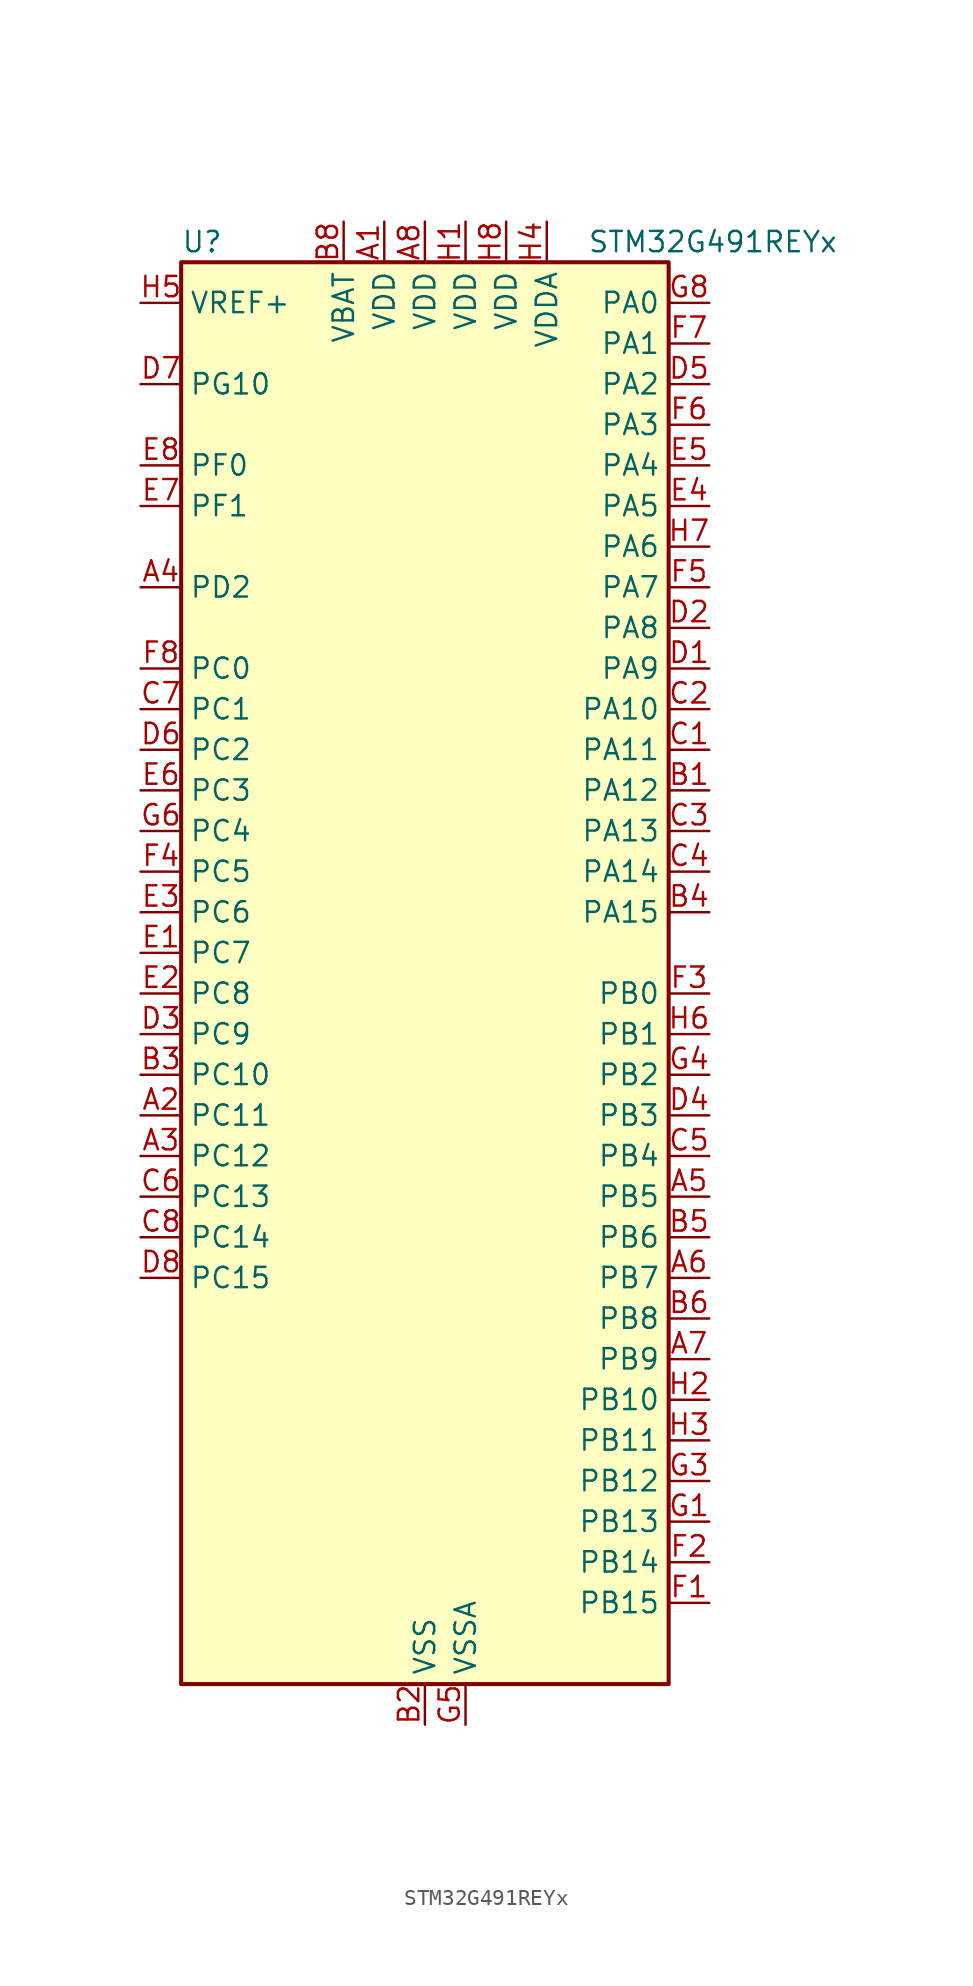
<source format=kicad_sym>
(kicad_symbol_lib
  (version 20231120)
  (generator "kicad_symbol_editor")
  (generator_version "8.0")
  (symbol "STM32G491REYx"
    (property "Reference" "U"
      (at -15.24 46.99 0)
      (effects (font (size 1.27 1.27)) (justify left)))
    (property "Value" "STM32G491REYx"
      (at 10.16 46.99 0)
      (effects (font (size 1.27 1.27)) (justify left)))
    (property "ki_locked" ""
      (at 0 0 0)
      (effects (font (size 1.27 1.27))))
    (symbol "STM32G491REYx_0_1"
      (rectangle (start -15.24 -43.18) (end 15.24 45.72) (stroke (width 0.254) (type default)) (fill (type background))))
    (symbol "STM32G491REYx_1_1"
      (pin power_in line (at -2.54 48.26 270) (length 2.54) (name "VDD" (effects (font (size 1.27 1.27)))) (number "A1" (effects (font (size 1.27 1.27)))))
      (pin bidirectional line (at -17.78 -7.62 0) (length 2.54) (name "PC11" (effects (font (size 1.27 1.27)))) (number "A2" (effects (font (size 1.27 1.27)))) (alternate "ADC1_EXTI11" bidirectional line) (alternate "ADC2_EXTI11" bidirectional line) (alternate "I2C3_SDA" bidirectional line) (alternate "SPI3_MISO" bidirectional line) (alternate "TIM8_CH2N" bidirectional line) (alternate "UART4_RX" bidirectional line) (alternate "USART3_RX" bidirectional line))
      (pin bidirectional line (at -17.78 -10.16 0) (length 2.54) (name "PC12" (effects (font (size 1.27 1.27)))) (number "A3" (effects (font (size 1.27 1.27)))) (alternate "I2S3_SD" bidirectional line) (alternate "SPI3_MOSI" bidirectional line) (alternate "TIM8_CH3N" bidirectional line) (alternate "UART5_TX" bidirectional line) (alternate "UCPD1_FRSTX1" bidirectional line) (alternate "UCPD1_FRSTX2" bidirectional line) (alternate "USART3_CK" bidirectional line))
      (pin bidirectional line (at -17.78 25.4 0) (length 2.54) (name "PD2" (effects (font (size 1.27 1.27)))) (number "A4" (effects (font (size 1.27 1.27)))) (alternate "ADC3_EXTI2" bidirectional line) (alternate "TIM3_ETR" bidirectional line) (alternate "TIM8_BKIN" bidirectional line) (alternate "UART5_RX" bidirectional line))
      (pin bidirectional line (at 17.78 -12.7 180) (length 2.54) (name "PB5" (effects (font (size 1.27 1.27)))) (number "A5" (effects (font (size 1.27 1.27)))) (alternate "FDCAN2_RX" bidirectional line) (alternate "I2C1_SMBA" bidirectional line) (alternate "I2C3_SDA" bidirectional line) (alternate "I2S3_SD" bidirectional line) (alternate "LPTIM1_IN1" bidirectional line) (alternate "SAI1_SD_B" bidirectional line) (alternate "SPI1_MOSI" bidirectional line) (alternate "SPI3_MOSI" bidirectional line) (alternate "TIM16_BKIN" bidirectional line) (alternate "TIM17_CH1" bidirectional line) (alternate "TIM3_CH2" bidirectional line) (alternate "TIM8_CH3N" bidirectional line) (alternate "UART5_CTS" bidirectional line) (alternate "USART2_CK" bidirectional line))
      (pin bidirectional line (at 17.78 -17.78 180) (length 2.54) (name "PB7" (effects (font (size 1.27 1.27)))) (number "A6" (effects (font (size 1.27 1.27)))) (alternate "COMP3_OUT" bidirectional line) (alternate "I2C1_SDA" bidirectional line) (alternate "LPTIM1_IN2" bidirectional line) (alternate "SYS_PVD_IN" bidirectional line) (alternate "TIM17_CH1N" bidirectional line) (alternate "TIM3_CH4" bidirectional line) (alternate "TIM4_CH2" bidirectional line) (alternate "TIM8_BKIN" bidirectional line) (alternate "UART4_CTS" bidirectional line) (alternate "USART1_RX" bidirectional line))
      (pin bidirectional line (at 17.78 -22.86 180) (length 2.54) (name "PB9" (effects (font (size 1.27 1.27)))) (number "A7" (effects (font (size 1.27 1.27)))) (alternate "COMP2_OUT" bidirectional line) (alternate "DAC1_EXTI9" bidirectional line) (alternate "DAC3_EXTI9" bidirectional line) (alternate "FDCAN1_TX" bidirectional line) (alternate "I2C1_SDA" bidirectional line) (alternate "IR_OUT" bidirectional line) (alternate "SAI1_D2" bidirectional line) (alternate "SAI1_FS_A" bidirectional line) (alternate "TIM17_CH1" bidirectional line) (alternate "TIM1_CH3N" bidirectional line) (alternate "TIM4_CH4" bidirectional line) (alternate "TIM8_CH3" bidirectional line) (alternate "USART3_TX" bidirectional line))
      (pin power_in line (at 0 48.26 270) (length 2.54) (name "VDD" (effects (font (size 1.27 1.27)))) (number "A8" (effects (font (size 1.27 1.27)))))
      (pin bidirectional line (at 17.78 12.7 180) (length 2.54) (name "PA12" (effects (font (size 1.27 1.27)))) (number "B1" (effects (font (size 1.27 1.27)))) (alternate "COMP2_OUT" bidirectional line) (alternate "FDCAN1_TX" bidirectional line) (alternate "I2S_CKIN" bidirectional line) (alternate "TIM16_CH1" bidirectional line) (alternate "TIM1_CH2N" bidirectional line) (alternate "TIM1_ETR" bidirectional line) (alternate "TIM4_CH2" bidirectional line) (alternate "USART1_DE" bidirectional line) (alternate "USART1_RTS" bidirectional line) (alternate "USB_DP" bidirectional line))
      (pin power_in line (at 0 -45.72 90) (length 2.54) (name "VSS" (effects (font (size 1.27 1.27)))) (number "B2" (effects (font (size 1.27 1.27)))))
      (pin bidirectional line (at -17.78 -5.08 0) (length 2.54) (name "PC10" (effects (font (size 1.27 1.27)))) (number "B3" (effects (font (size 1.27 1.27)))) (alternate "DAC1_EXTI10" bidirectional line) (alternate "DAC3_EXTI10" bidirectional line) (alternate "I2S3_CK" bidirectional line) (alternate "SPI3_SCK" bidirectional line) (alternate "TIM8_CH1N" bidirectional line) (alternate "UART4_TX" bidirectional line) (alternate "USART3_TX" bidirectional line))
      (pin bidirectional line (at 17.78 5.08 180) (length 2.54) (name "PA15" (effects (font (size 1.27 1.27)))) (number "B4" (effects (font (size 1.27 1.27)))) (alternate "ADC1_EXTI15" bidirectional line) (alternate "ADC2_EXTI15" bidirectional line) (alternate "I2C1_SCL" bidirectional line) (alternate "I2S3_WS" bidirectional line) (alternate "SPI1_NSS" bidirectional line) (alternate "SPI3_NSS" bidirectional line) (alternate "SYS_JTDI" bidirectional line) (alternate "TIM1_BKIN" bidirectional line) (alternate "TIM20_ETR" bidirectional line) (alternate "TIM2_CH1" bidirectional line) (alternate "TIM2_ETR" bidirectional line) (alternate "TIM8_CH1" bidirectional line) (alternate "UART4_DE" bidirectional line) (alternate "UART4_RTS" bidirectional line) (alternate "USART2_RX" bidirectional line))
      (pin bidirectional line (at 17.78 -15.24 180) (length 2.54) (name "PB6" (effects (font (size 1.27 1.27)))) (number "B5" (effects (font (size 1.27 1.27)))) (alternate "COMP4_OUT" bidirectional line) (alternate "FDCAN2_TX" bidirectional line) (alternate "LPTIM1_ETR" bidirectional line) (alternate "SAI1_FS_B" bidirectional line) (alternate "TIM16_CH1N" bidirectional line) (alternate "TIM4_CH1" bidirectional line) (alternate "TIM8_BKIN2" bidirectional line) (alternate "TIM8_CH1" bidirectional line) (alternate "TIM8_ETR" bidirectional line) (alternate "UCPD1_CC1" bidirectional line) (alternate "USART1_TX" bidirectional line))
      (pin bidirectional line (at 17.78 -20.32 180) (length 2.54) (name "PB8" (effects (font (size 1.27 1.27)))) (number "B6" (effects (font (size 1.27 1.27)))) (alternate "COMP1_OUT" bidirectional line) (alternate "FDCAN1_RX" bidirectional line) (alternate "I2C1_SCL" bidirectional line) (alternate "SAI1_CK1" bidirectional line) (alternate "SAI1_MCLK_A" bidirectional line) (alternate "TIM16_CH1" bidirectional line) (alternate "TIM1_BKIN" bidirectional line) (alternate "TIM4_CH3" bidirectional line) (alternate "TIM8_CH2" bidirectional line) (alternate "USART3_RX" bidirectional line))
      (pin passive line (at 0 -45.72 90) (length 2.54) hide (name "VSS" (effects (font (size 1.27 1.27)))) (number "B7" (effects (font (size 1.27 1.27)))))
      (pin power_in line (at -5.08 48.26 270) (length 2.54) (name "VBAT" (effects (font (size 1.27 1.27)))) (number "B8" (effects (font (size 1.27 1.27)))))
      (pin bidirectional line (at 17.78 15.24 180) (length 2.54) (name "PA11" (effects (font (size 1.27 1.27)))) (number "C1" (effects (font (size 1.27 1.27)))) (alternate "ADC1_EXTI11" bidirectional line) (alternate "ADC2_EXTI11" bidirectional line) (alternate "COMP1_OUT" bidirectional line) (alternate "FDCAN1_RX" bidirectional line) (alternate "I2S2_SD" bidirectional line) (alternate "SPI2_MOSI" bidirectional line) (alternate "TIM1_BKIN2" bidirectional line) (alternate "TIM1_CH1N" bidirectional line) (alternate "TIM1_CH4" bidirectional line) (alternate "TIM4_CH1" bidirectional line) (alternate "USART1_CTS" bidirectional line) (alternate "USART1_NSS" bidirectional line) (alternate "USB_DM" bidirectional line))
      (pin bidirectional line (at 17.78 17.78 180) (length 2.54) (name "PA10" (effects (font (size 1.27 1.27)))) (number "C2" (effects (font (size 1.27 1.27)))) (alternate "CRS_SYNC" bidirectional line) (alternate "DAC1_EXTI10" bidirectional line) (alternate "DAC3_EXTI10" bidirectional line) (alternate "I2C2_SMBA" bidirectional line) (alternate "SAI1_D1" bidirectional line) (alternate "SAI1_SD_A" bidirectional line) (alternate "SPI2_MISO" bidirectional line) (alternate "TIM17_BKIN" bidirectional line) (alternate "TIM1_CH3" bidirectional line) (alternate "TIM2_CH4" bidirectional line) (alternate "TIM8_BKIN" bidirectional line) (alternate "UCPD1_DBCC2" bidirectional line) (alternate "USART1_RX" bidirectional line))
      (pin bidirectional line (at 17.78 10.16 180) (length 2.54) (name "PA13" (effects (font (size 1.27 1.27)))) (number "C3" (effects (font (size 1.27 1.27)))) (alternate "I2C1_SCL" bidirectional line) (alternate "IR_OUT" bidirectional line) (alternate "SAI1_SD_B" bidirectional line) (alternate "SYS_JTMS-SWDIO" bidirectional line) (alternate "TIM16_CH1N" bidirectional line) (alternate "TIM4_CH3" bidirectional line) (alternate "USART3_CTS" bidirectional line) (alternate "USART3_NSS" bidirectional line))
      (pin bidirectional line (at 17.78 7.62 180) (length 2.54) (name "PA14" (effects (font (size 1.27 1.27)))) (number "C4" (effects (font (size 1.27 1.27)))) (alternate "I2C1_SDA" bidirectional line) (alternate "LPTIM1_OUT" bidirectional line) (alternate "SAI1_FS_B" bidirectional line) (alternate "SYS_JTCK-SWCLK" bidirectional line) (alternate "TIM1_BKIN" bidirectional line) (alternate "TIM8_CH2" bidirectional line) (alternate "USART2_TX" bidirectional line))
      (pin bidirectional line (at 17.78 -10.16 180) (length 2.54) (name "PB4" (effects (font (size 1.27 1.27)))) (number "C5" (effects (font (size 1.27 1.27)))) (alternate "SAI1_MCLK_B" bidirectional line) (alternate "SPI1_MISO" bidirectional line) (alternate "SPI3_MISO" bidirectional line) (alternate "SYS_JTRST" bidirectional line) (alternate "TIM16_CH1" bidirectional line) (alternate "TIM17_BKIN" bidirectional line) (alternate "TIM3_CH1" bidirectional line) (alternate "TIM8_CH2N" bidirectional line) (alternate "UART5_DE" bidirectional line) (alternate "UART5_RTS" bidirectional line) (alternate "UCPD1_CC2" bidirectional line) (alternate "USART2_RX" bidirectional line))
      (pin bidirectional line (at -17.78 -12.7 0) (length 2.54) (name "PC13" (effects (font (size 1.27 1.27)))) (number "C6" (effects (font (size 1.27 1.27)))) (alternate "RTC_OUT1" bidirectional line) (alternate "RTC_TAMP1" bidirectional line) (alternate "RTC_TS" bidirectional line) (alternate "SYS_WKUP2" bidirectional line) (alternate "TIM1_BKIN" bidirectional line) (alternate "TIM1_CH1N" bidirectional line) (alternate "TIM8_CH4N" bidirectional line))
      (pin bidirectional line (at -17.78 17.78 0) (length 2.54) (name "PC1" (effects (font (size 1.27 1.27)))) (number "C7" (effects (font (size 1.27 1.27)))) (alternate "ADC1_IN7" bidirectional line) (alternate "ADC2_IN7" bidirectional line) (alternate "COMP3_INP" bidirectional line) (alternate "LPTIM1_OUT" bidirectional line) (alternate "LPUART1_TX" bidirectional line) (alternate "QUADSPI1_BK2_IO0" bidirectional line) (alternate "SAI1_SD_A" bidirectional line) (alternate "TIM1_CH2" bidirectional line))
      (pin bidirectional line (at -17.78 -15.24 0) (length 2.54) (name "PC14" (effects (font (size 1.27 1.27)))) (number "C8" (effects (font (size 1.27 1.27)))) (alternate "RCC_OSC32_IN" bidirectional line))
      (pin bidirectional line (at 17.78 20.32 180) (length 2.54) (name "PA9" (effects (font (size 1.27 1.27)))) (number "D1" (effects (font (size 1.27 1.27)))) (alternate "DAC1_EXTI9" bidirectional line) (alternate "DAC3_EXTI9" bidirectional line) (alternate "I2C2_SCL" bidirectional line) (alternate "I2C3_SMBA" bidirectional line) (alternate "I2S3_MCK" bidirectional line) (alternate "SAI1_FS_A" bidirectional line) (alternate "TIM15_BKIN" bidirectional line) (alternate "TIM1_CH2" bidirectional line) (alternate "TIM2_CH3" bidirectional line) (alternate "UCPD1_DBCC1" bidirectional line) (alternate "USART1_TX" bidirectional line))
      (pin bidirectional line (at 17.78 22.86 180) (length 2.54) (name "PA8" (effects (font (size 1.27 1.27)))) (number "D2" (effects (font (size 1.27 1.27)))) (alternate "I2C2_SDA" bidirectional line) (alternate "I2C3_SCL" bidirectional line) (alternate "I2S2_MCK" bidirectional line) (alternate "RCC_MCO" bidirectional line) (alternate "SAI1_CK2" bidirectional line) (alternate "SAI1_SCK_A" bidirectional line) (alternate "TIM1_CH1" bidirectional line) (alternate "TIM4_ETR" bidirectional line) (alternate "USART1_CK" bidirectional line))
      (pin bidirectional line (at -17.78 -2.54 0) (length 2.54) (name "PC9" (effects (font (size 1.27 1.27)))) (number "D3" (effects (font (size 1.27 1.27)))) (alternate "DAC1_EXTI9" bidirectional line) (alternate "DAC3_EXTI9" bidirectional line) (alternate "I2C3_SDA" bidirectional line) (alternate "I2S_CKIN" bidirectional line) (alternate "TIM3_CH4" bidirectional line) (alternate "TIM8_BKIN2" bidirectional line) (alternate "TIM8_CH4" bidirectional line))
      (pin bidirectional line (at 17.78 -7.62 180) (length 2.54) (name "PB3" (effects (font (size 1.27 1.27)))) (number "D4" (effects (font (size 1.27 1.27)))) (alternate "ADC3_EXTI3" bidirectional line) (alternate "CRS_SYNC" bidirectional line) (alternate "I2S3_CK" bidirectional line) (alternate "SAI1_SCK_B" bidirectional line) (alternate "SPI1_SCK" bidirectional line) (alternate "SPI3_SCK" bidirectional line) (alternate "SYS_JTDO-SWO" bidirectional line) (alternate "TIM2_CH2" bidirectional line) (alternate "TIM3_ETR" bidirectional line) (alternate "TIM4_ETR" bidirectional line) (alternate "TIM8_CH1N" bidirectional line) (alternate "USART2_TX" bidirectional line))
      (pin bidirectional line (at 17.78 38.1 180) (length 2.54) (name "PA2" (effects (font (size 1.27 1.27)))) (number "D5" (effects (font (size 1.27 1.27)))) (alternate "ADC1_IN3" bidirectional line) (alternate "ADC3_EXTI2" bidirectional line) (alternate "COMP2_INM" bidirectional line) (alternate "COMP2_OUT" bidirectional line) (alternate "LPUART1_TX" bidirectional line) (alternate "OPAMP1_VOUT" bidirectional line) (alternate "QUADSPI1_BK1_NCS" bidirectional line) (alternate "RCC_LSCO" bidirectional line) (alternate "SYS_WKUP4" bidirectional line) (alternate "TIM15_CH1" bidirectional line) (alternate "TIM2_CH3" bidirectional line) (alternate "UCPD1_FRSTX1" bidirectional line) (alternate "UCPD1_FRSTX2" bidirectional line) (alternate "USART2_TX" bidirectional line))
      (pin bidirectional line (at -17.78 15.24 0) (length 2.54) (name "PC2" (effects (font (size 1.27 1.27)))) (number "D6" (effects (font (size 1.27 1.27)))) (alternate "ADC1_IN8" bidirectional line) (alternate "ADC2_IN8" bidirectional line) (alternate "ADC3_EXTI2" bidirectional line) (alternate "COMP3_OUT" bidirectional line) (alternate "LPTIM1_IN2" bidirectional line) (alternate "QUADSPI1_BK2_IO1" bidirectional line) (alternate "TIM1_CH3" bidirectional line) (alternate "TIM20_CH2" bidirectional line))
      (pin bidirectional line (at -17.78 38.1 0) (length 2.54) (name "PG10" (effects (font (size 1.27 1.27)))) (number "D7" (effects (font (size 1.27 1.27)))) (alternate "DAC1_EXTI10" bidirectional line) (alternate "DAC3_EXTI10" bidirectional line) (alternate "RCC_MCO" bidirectional line))
      (pin bidirectional line (at -17.78 -17.78 0) (length 2.54) (name "PC15" (effects (font (size 1.27 1.27)))) (number "D8" (effects (font (size 1.27 1.27)))) (alternate "ADC1_EXTI15" bidirectional line) (alternate "ADC2_EXTI15" bidirectional line) (alternate "RCC_OSC32_OUT" bidirectional line))
      (pin bidirectional line (at -17.78 2.54 0) (length 2.54) (name "PC7" (effects (font (size 1.27 1.27)))) (number "E1" (effects (font (size 1.27 1.27)))) (alternate "I2S3_MCK" bidirectional line) (alternate "TIM3_CH2" bidirectional line) (alternate "TIM8_CH2" bidirectional line))
      (pin bidirectional line (at -17.78 0 0) (length 2.54) (name "PC8" (effects (font (size 1.27 1.27)))) (number "E2" (effects (font (size 1.27 1.27)))) (alternate "I2C3_SCL" bidirectional line) (alternate "TIM20_CH3" bidirectional line) (alternate "TIM3_CH3" bidirectional line) (alternate "TIM8_CH3" bidirectional line))
      (pin bidirectional line (at -17.78 5.08 0) (length 2.54) (name "PC6" (effects (font (size 1.27 1.27)))) (number "E3" (effects (font (size 1.27 1.27)))) (alternate "I2S2_MCK" bidirectional line) (alternate "TIM3_CH1" bidirectional line) (alternate "TIM8_CH1" bidirectional line))
      (pin bidirectional line (at 17.78 30.48 180) (length 2.54) (name "PA5" (effects (font (size 1.27 1.27)))) (number "E4" (effects (font (size 1.27 1.27)))) (alternate "ADC2_IN13" bidirectional line) (alternate "COMP2_INM" bidirectional line) (alternate "DAC1_OUT2" bidirectional line) (alternate "OPAMP2_VINM" bidirectional line) (alternate "OPAMP2_VINM0" bidirectional line) (alternate "OPAMP2_VINM_SEC" bidirectional line) (alternate "SPI1_SCK" bidirectional line) (alternate "TIM2_CH1" bidirectional line) (alternate "TIM2_ETR" bidirectional line) (alternate "UCPD1_FRSTX1" bidirectional line) (alternate "UCPD1_FRSTX2" bidirectional line))
      (pin bidirectional line (at 17.78 33.02 180) (length 2.54) (name "PA4" (effects (font (size 1.27 1.27)))) (number "E5" (effects (font (size 1.27 1.27)))) (alternate "ADC2_IN17" bidirectional line) (alternate "COMP1_INM" bidirectional line) (alternate "DAC1_OUT1" bidirectional line) (alternate "I2S3_WS" bidirectional line) (alternate "SAI1_FS_B" bidirectional line) (alternate "SPI1_NSS" bidirectional line) (alternate "SPI3_NSS" bidirectional line) (alternate "TIM3_CH2" bidirectional line) (alternate "USART2_CK" bidirectional line))
      (pin bidirectional line (at -17.78 12.7 0) (length 2.54) (name "PC3" (effects (font (size 1.27 1.27)))) (number "E6" (effects (font (size 1.27 1.27)))) (alternate "ADC1_IN9" bidirectional line) (alternate "ADC2_IN9" bidirectional line) (alternate "ADC3_EXTI3" bidirectional line) (alternate "LPTIM1_ETR" bidirectional line) (alternate "QUADSPI1_BK2_IO2" bidirectional line) (alternate "SAI1_D1" bidirectional line) (alternate "SAI1_SD_A" bidirectional line) (alternate "TIM1_BKIN2" bidirectional line) (alternate "TIM1_CH4" bidirectional line))
      (pin bidirectional line (at -17.78 30.48 0) (length 2.54) (name "PF1" (effects (font (size 1.27 1.27)))) (number "E7" (effects (font (size 1.27 1.27)))) (alternate "ADC2_IN10" bidirectional line) (alternate "COMP3_INM" bidirectional line) (alternate "I2S2_CK" bidirectional line) (alternate "RCC_OSC_OUT" bidirectional line) (alternate "SPI2_SCK" bidirectional line))
      (pin bidirectional line (at -17.78 33.02 0) (length 2.54) (name "PF0" (effects (font (size 1.27 1.27)))) (number "E8" (effects (font (size 1.27 1.27)))) (alternate "ADC1_IN10" bidirectional line) (alternate "I2C2_SDA" bidirectional line) (alternate "I2S2_WS" bidirectional line) (alternate "RCC_OSC_IN" bidirectional line) (alternate "SPI2_NSS" bidirectional line) (alternate "TIM1_CH3N" bidirectional line))
      (pin bidirectional line (at 17.78 -38.1 180) (length 2.54) (name "PB15" (effects (font (size 1.27 1.27)))) (number "F1" (effects (font (size 1.27 1.27)))) (alternate "ADC1_EXTI15" bidirectional line) (alternate "ADC2_EXTI15" bidirectional line) (alternate "ADC2_IN15" bidirectional line) (alternate "COMP3_OUT" bidirectional line) (alternate "I2S2_SD" bidirectional line) (alternate "RTC_REFIN" bidirectional line) (alternate "SPI2_MOSI" bidirectional line) (alternate "TIM15_CH1N" bidirectional line) (alternate "TIM15_CH2" bidirectional line) (alternate "TIM1_CH3N" bidirectional line))
      (pin bidirectional line (at 17.78 -35.56 180) (length 2.54) (name "PB14" (effects (font (size 1.27 1.27)))) (number "F2" (effects (font (size 1.27 1.27)))) (alternate "ADC1_IN5" bidirectional line) (alternate "COMP4_OUT" bidirectional line) (alternate "OPAMP2_VINP" bidirectional line) (alternate "OPAMP2_VINP_SEC" bidirectional line) (alternate "SPI2_MISO" bidirectional line) (alternate "TIM15_CH1" bidirectional line) (alternate "TIM1_CH2N" bidirectional line) (alternate "USART3_DE" bidirectional line) (alternate "USART3_RTS" bidirectional line))
      (pin bidirectional line (at 17.78 0 180) (length 2.54) (name "PB0" (effects (font (size 1.27 1.27)))) (number "F3" (effects (font (size 1.27 1.27)))) (alternate "ADC1_IN15" bidirectional line) (alternate "ADC3_IN12" bidirectional line) (alternate "COMP4_INP" bidirectional line) (alternate "OPAMP2_VINP" bidirectional line) (alternate "OPAMP2_VINP_SEC" bidirectional line) (alternate "OPAMP3_VINP" bidirectional line) (alternate "OPAMP3_VINP_SEC" bidirectional line) (alternate "QUADSPI1_BK1_IO1" bidirectional line) (alternate "TIM1_CH2N" bidirectional line) (alternate "TIM3_CH3" bidirectional line) (alternate "TIM8_CH2N" bidirectional line) (alternate "UCPD1_FRSTX1" bidirectional line) (alternate "UCPD1_FRSTX2" bidirectional line))
      (pin bidirectional line (at -17.78 7.62 0) (length 2.54) (name "PC5" (effects (font (size 1.27 1.27)))) (number "F4" (effects (font (size 1.27 1.27)))) (alternate "ADC2_IN11" bidirectional line) (alternate "OPAMP1_VINM" bidirectional line) (alternate "OPAMP1_VINM1" bidirectional line) (alternate "OPAMP1_VINM_SEC" bidirectional line) (alternate "OPAMP2_VINM" bidirectional line) (alternate "OPAMP2_VINM1" bidirectional line) (alternate "OPAMP2_VINM_SEC" bidirectional line) (alternate "SAI1_D3" bidirectional line) (alternate "SYS_WKUP5" bidirectional line) (alternate "TIM15_BKIN" bidirectional line) (alternate "TIM1_CH4N" bidirectional line) (alternate "USART1_RX" bidirectional line))
      (pin bidirectional line (at 17.78 25.4 180) (length 2.54) (name "PA7" (effects (font (size 1.27 1.27)))) (number "F5" (effects (font (size 1.27 1.27)))) (alternate "ADC2_IN4" bidirectional line) (alternate "COMP2_INP" bidirectional line) (alternate "COMP2_OUT" bidirectional line) (alternate "OPAMP1_VINP" bidirectional line) (alternate "OPAMP1_VINP_SEC" bidirectional line) (alternate "OPAMP2_VINP" bidirectional line) (alternate "OPAMP2_VINP_SEC" bidirectional line) (alternate "QUADSPI1_BK1_IO2" bidirectional line) (alternate "SPI1_MOSI" bidirectional line) (alternate "TIM17_CH1" bidirectional line) (alternate "TIM1_CH1N" bidirectional line) (alternate "TIM3_CH2" bidirectional line) (alternate "TIM8_CH1N" bidirectional line) (alternate "UCPD1_FRSTX1" bidirectional line) (alternate "UCPD1_FRSTX2" bidirectional line))
      (pin bidirectional line (at 17.78 35.56 180) (length 2.54) (name "PA3" (effects (font (size 1.27 1.27)))) (number "F6" (effects (font (size 1.27 1.27)))) (alternate "ADC1_IN4" bidirectional line) (alternate "ADC3_EXTI3" bidirectional line) (alternate "COMP2_INP" bidirectional line) (alternate "LPUART1_RX" bidirectional line) (alternate "OPAMP1_VINM" bidirectional line) (alternate "OPAMP1_VINM0" bidirectional line) (alternate "OPAMP1_VINM_SEC" bidirectional line) (alternate "OPAMP1_VINP" bidirectional line) (alternate "OPAMP1_VINP_SEC" bidirectional line) (alternate "QUADSPI1_CLK" bidirectional line) (alternate "SAI1_CK1" bidirectional line) (alternate "SAI1_MCLK_A" bidirectional line) (alternate "TIM15_CH2" bidirectional line) (alternate "TIM2_CH4" bidirectional line) (alternate "USART2_RX" bidirectional line))
      (pin bidirectional line (at 17.78 40.64 180) (length 2.54) (name "PA1" (effects (font (size 1.27 1.27)))) (number "F7" (effects (font (size 1.27 1.27)))) (alternate "ADC1_IN2" bidirectional line) (alternate "ADC2_IN2" bidirectional line) (alternate "COMP1_INP" bidirectional line) (alternate "OPAMP1_VINP" bidirectional line) (alternate "OPAMP1_VINP_SEC" bidirectional line) (alternate "OPAMP3_VINP" bidirectional line) (alternate "OPAMP3_VINP_SEC" bidirectional line) (alternate "OPAMP6_VINM" bidirectional line) (alternate "OPAMP6_VINM0" bidirectional line) (alternate "OPAMP6_VINM_SEC" bidirectional line) (alternate "RTC_REFIN" bidirectional line) (alternate "TIM15_CH1N" bidirectional line) (alternate "TIM2_CH2" bidirectional line) (alternate "USART2_DE" bidirectional line) (alternate "USART2_RTS" bidirectional line))
      (pin bidirectional line (at -17.78 20.32 0) (length 2.54) (name "PC0" (effects (font (size 1.27 1.27)))) (number "F8" (effects (font (size 1.27 1.27)))) (alternate "ADC1_IN6" bidirectional line) (alternate "ADC2_IN6" bidirectional line) (alternate "COMP3_INM" bidirectional line) (alternate "LPTIM1_IN1" bidirectional line) (alternate "LPUART1_RX" bidirectional line) (alternate "TIM1_CH1" bidirectional line))
      (pin bidirectional line (at 17.78 -33.02 180) (length 2.54) (name "PB13" (effects (font (size 1.27 1.27)))) (number "G1" (effects (font (size 1.27 1.27)))) (alternate "ADC3_IN5" bidirectional line) (alternate "FDCAN2_TX" bidirectional line) (alternate "I2S2_CK" bidirectional line) (alternate "LPUART1_CTS" bidirectional line) (alternate "OPAMP3_VINP" bidirectional line) (alternate "OPAMP3_VINP_SEC" bidirectional line) (alternate "OPAMP6_VINP" bidirectional line) (alternate "OPAMP6_VINP_SEC" bidirectional line) (alternate "SPI2_SCK" bidirectional line) (alternate "TIM1_CH1N" bidirectional line) (alternate "USART3_CTS" bidirectional line) (alternate "USART3_NSS" bidirectional line))
      (pin passive line (at 0 -45.72 90) (length 2.54) hide (name "VSS" (effects (font (size 1.27 1.27)))) (number "G2" (effects (font (size 1.27 1.27)))))
      (pin bidirectional line (at 17.78 -30.48 180) (length 2.54) (name "PB12" (effects (font (size 1.27 1.27)))) (number "G3" (effects (font (size 1.27 1.27)))) (alternate "ADC1_IN11" bidirectional line) (alternate "FDCAN2_RX" bidirectional line) (alternate "I2C2_SMBA" bidirectional line) (alternate "I2S2_WS" bidirectional line) (alternate "LPUART1_DE" bidirectional line) (alternate "LPUART1_RTS" bidirectional line) (alternate "OPAMP6_VINP" bidirectional line) (alternate "OPAMP6_VINP_SEC" bidirectional line) (alternate "SPI2_NSS" bidirectional line) (alternate "TIM1_BKIN" bidirectional line) (alternate "USART3_CK" bidirectional line))
      (pin bidirectional line (at 17.78 -5.08 180) (length 2.54) (name "PB2" (effects (font (size 1.27 1.27)))) (number "G4" (effects (font (size 1.27 1.27)))) (alternate "ADC2_IN12" bidirectional line) (alternate "ADC3_EXTI2" bidirectional line) (alternate "COMP4_INM" bidirectional line) (alternate "I2C3_SMBA" bidirectional line) (alternate "LPTIM1_OUT" bidirectional line) (alternate "OPAMP3_VINM" bidirectional line) (alternate "OPAMP3_VINM0" bidirectional line) (alternate "OPAMP3_VINM_SEC" bidirectional line) (alternate "QUADSPI1_BK2_IO1" bidirectional line) (alternate "RTC_OUT2" bidirectional line) (alternate "TIM20_CH1" bidirectional line))
      (pin power_in line (at 2.54 -45.72 90) (length 2.54) (name "VSSA" (effects (font (size 1.27 1.27)))) (number "G5" (effects (font (size 1.27 1.27)))))
      (pin bidirectional line (at -17.78 10.16 0) (length 2.54) (name "PC4" (effects (font (size 1.27 1.27)))) (number "G6" (effects (font (size 1.27 1.27)))) (alternate "ADC2_IN5" bidirectional line) (alternate "I2C2_SCL" bidirectional line) (alternate "QUADSPI1_BK2_IO3" bidirectional line) (alternate "TIM1_ETR" bidirectional line) (alternate "USART1_TX" bidirectional line))
      (pin passive line (at 0 -45.72 90) (length 2.54) hide (name "VSS" (effects (font (size 1.27 1.27)))) (number "G7" (effects (font (size 1.27 1.27)))))
      (pin bidirectional line (at 17.78 43.18 180) (length 2.54) (name "PA0" (effects (font (size 1.27 1.27)))) (number "G8" (effects (font (size 1.27 1.27)))) (alternate "ADC1_IN1" bidirectional line) (alternate "ADC2_IN1" bidirectional line) (alternate "COMP1_INM" bidirectional line) (alternate "COMP1_OUT" bidirectional line) (alternate "COMP3_INP" bidirectional line) (alternate "RTC_TAMP2" bidirectional line) (alternate "SYS_WKUP1" bidirectional line) (alternate "TIM2_CH1" bidirectional line) (alternate "TIM2_ETR" bidirectional line) (alternate "TIM8_BKIN" bidirectional line) (alternate "TIM8_ETR" bidirectional line) (alternate "USART2_CTS" bidirectional line) (alternate "USART2_NSS" bidirectional line))
      (pin power_in line (at 2.54 48.26 270) (length 2.54) (name "VDD" (effects (font (size 1.27 1.27)))) (number "H1" (effects (font (size 1.27 1.27)))))
      (pin bidirectional line (at 17.78 -25.4 180) (length 2.54) (name "PB10" (effects (font (size 1.27 1.27)))) (number "H2" (effects (font (size 1.27 1.27)))) (alternate "DAC1_EXTI10" bidirectional line) (alternate "DAC3_EXTI10" bidirectional line) (alternate "LPUART1_RX" bidirectional line) (alternate "OPAMP3_VINM" bidirectional line) (alternate "OPAMP3_VINM1" bidirectional line) (alternate "OPAMP3_VINM_SEC" bidirectional line) (alternate "QUADSPI1_CLK" bidirectional line) (alternate "SAI1_SCK_A" bidirectional line) (alternate "TIM1_BKIN" bidirectional line) (alternate "TIM2_CH3" bidirectional line) (alternate "USART3_TX" bidirectional line))
      (pin bidirectional line (at 17.78 -27.94 180) (length 2.54) (name "PB11" (effects (font (size 1.27 1.27)))) (number "H3" (effects (font (size 1.27 1.27)))) (alternate "ADC1_EXTI11" bidirectional line) (alternate "ADC1_IN14" bidirectional line) (alternate "ADC2_EXTI11" bidirectional line) (alternate "ADC2_IN14" bidirectional line) (alternate "LPUART1_TX" bidirectional line) (alternate "OPAMP6_VOUT" bidirectional line) (alternate "QUADSPI1_BK1_NCS" bidirectional line) (alternate "TIM2_CH4" bidirectional line) (alternate "USART3_RX" bidirectional line))
      (pin power_in line (at 7.62 48.26 270) (length 2.54) (name "VDDA" (effects (font (size 1.27 1.27)))) (number "H4" (effects (font (size 1.27 1.27)))))
      (pin input line (at -17.78 43.18 0) (length 2.54) (name "VREF+" (effects (font (size 1.27 1.27)))) (number "H5" (effects (font (size 1.27 1.27)))) (alternate "VREFBUF_OUT" bidirectional line))
      (pin bidirectional line (at 17.78 -2.54 180) (length 2.54) (name "PB1" (effects (font (size 1.27 1.27)))) (number "H6" (effects (font (size 1.27 1.27)))) (alternate "ADC1_IN12" bidirectional line) (alternate "ADC3_IN1" bidirectional line) (alternate "COMP1_INP" bidirectional line) (alternate "COMP4_OUT" bidirectional line) (alternate "LPUART1_DE" bidirectional line) (alternate "LPUART1_RTS" bidirectional line) (alternate "OPAMP3_VOUT" bidirectional line) (alternate "OPAMP6_VINM" bidirectional line) (alternate "OPAMP6_VINM1" bidirectional line) (alternate "OPAMP6_VINM_SEC" bidirectional line) (alternate "QUADSPI1_BK1_IO0" bidirectional line) (alternate "TIM1_CH3N" bidirectional line) (alternate "TIM3_CH4" bidirectional line) (alternate "TIM8_CH3N" bidirectional line))
      (pin bidirectional line (at 17.78 27.94 180) (length 2.54) (name "PA6" (effects (font (size 1.27 1.27)))) (number "H7" (effects (font (size 1.27 1.27)))) (alternate "ADC2_IN3" bidirectional line) (alternate "COMP1_OUT" bidirectional line) (alternate "LPUART1_CTS" bidirectional line) (alternate "OPAMP2_VOUT" bidirectional line) (alternate "QUADSPI1_BK1_IO3" bidirectional line) (alternate "SPI1_MISO" bidirectional line) (alternate "TIM16_CH1" bidirectional line) (alternate "TIM1_BKIN" bidirectional line) (alternate "TIM3_CH1" bidirectional line) (alternate "TIM8_BKIN" bidirectional line))
      (pin power_in line (at 5.08 48.26 270) (length 2.54) (name "VDD" (effects (font (size 1.27 1.27)))) (number "H8" (effects (font (size 1.27 1.27))))))))
</source>
